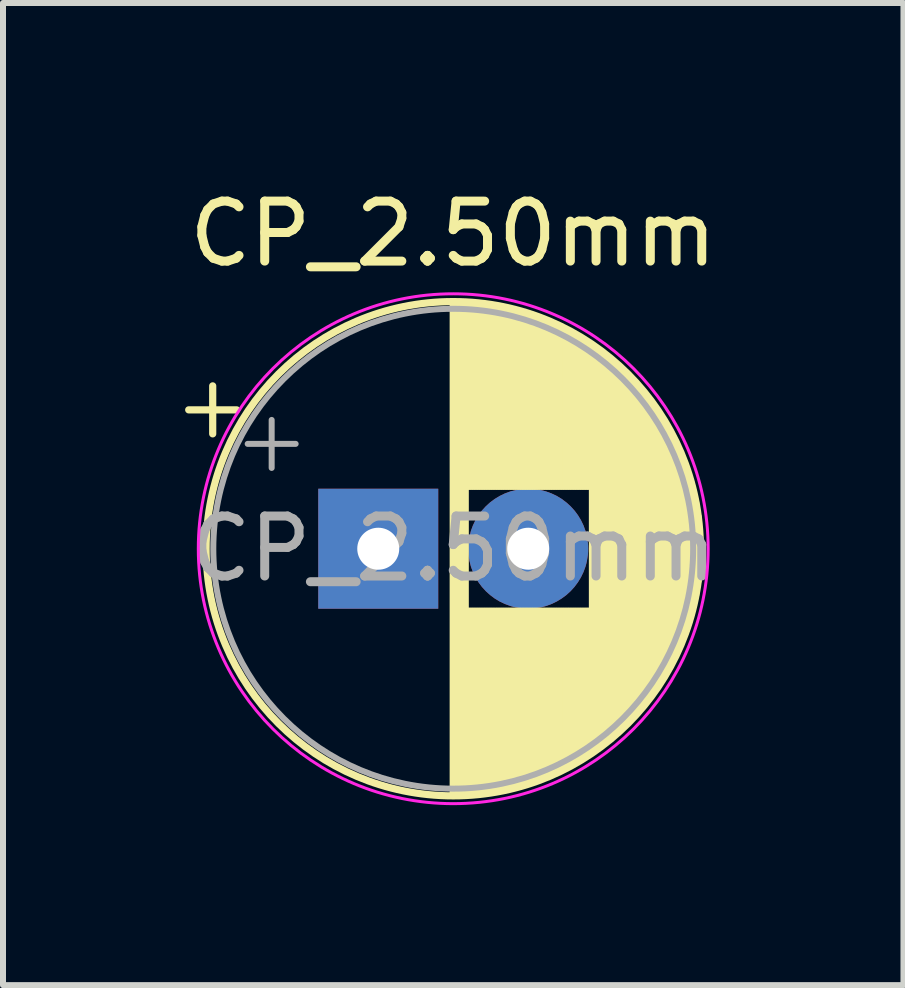
<source format=kicad_pcb>
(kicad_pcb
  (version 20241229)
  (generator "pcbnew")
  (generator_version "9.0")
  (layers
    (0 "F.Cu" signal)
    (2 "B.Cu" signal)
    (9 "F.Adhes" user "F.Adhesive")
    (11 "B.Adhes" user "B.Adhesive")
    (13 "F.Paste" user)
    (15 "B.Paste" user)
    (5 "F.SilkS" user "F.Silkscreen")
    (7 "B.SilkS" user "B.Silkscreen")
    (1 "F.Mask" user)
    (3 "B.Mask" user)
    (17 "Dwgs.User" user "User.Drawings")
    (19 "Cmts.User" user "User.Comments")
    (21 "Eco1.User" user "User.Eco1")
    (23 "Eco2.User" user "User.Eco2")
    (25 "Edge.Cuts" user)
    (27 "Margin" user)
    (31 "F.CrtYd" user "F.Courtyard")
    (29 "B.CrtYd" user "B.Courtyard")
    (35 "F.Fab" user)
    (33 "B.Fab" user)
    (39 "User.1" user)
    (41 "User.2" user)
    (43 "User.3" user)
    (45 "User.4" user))
  (footprint "CP_2.50mm"
    (layer "F.Cu")
    (at 3.256 6.098)
    (property "Reference" "CP_2.50mm" (at 1.25 -5.25 0) (layer "F.SilkS") (effects (font (size 1 1) (thickness 0.15))))
    (attr through_hole)
    (fp_line (start -3.16 -2.315) (end -2.36 -2.315) (stroke (width 0.12) (type solid)) (layer "F.SilkS"))
    (fp_line (start -2.76 -2.715) (end -2.76 -1.915) (stroke (width 0.12) (type solid)) (layer "F.SilkS"))
    (fp_line (start 1.25 -4.08) (end 1.25 4.08) (stroke (width 0.12) (type solid)) (layer "F.SilkS"))
    (fp_line (start 1.29 -4.08) (end 1.29 4.08) (stroke (width 0.12) (type solid)) (layer "F.SilkS"))
    (fp_line (start 1.33 -4.08) (end 1.33 4.08) (stroke (width 0.12) (type solid)) (layer "F.SilkS"))
    (fp_line (start 1.37 -4.079) (end 1.37 4.079) (stroke (width 0.12) (type solid)) (layer "F.SilkS"))
    (fp_line (start 1.41 -4.077) (end 1.41 4.077) (stroke (width 0.12) (type solid)) (layer "F.SilkS"))
    (fp_line (start 1.45 -4.076) (end 1.45 4.076) (stroke (width 0.12) (type solid)) (layer "F.SilkS"))
    (fp_line (start 1.49 -4.074) (end 1.49 -1.04) (stroke (width 0.12) (type solid)) (layer "F.SilkS"))
    (fp_line (start 1.49 1.04) (end 1.49 4.074) (stroke (width 0.12) (type solid)) (layer "F.SilkS"))
    (fp_line (start 1.53 -4.071) (end 1.53 -1.04) (stroke (width 0.12) (type solid)) (layer "F.SilkS"))
    (fp_line (start 1.53 1.04) (end 1.53 4.071) (stroke (width 0.12) (type solid)) (layer "F.SilkS"))
    (fp_line (start 1.57 -4.068) (end 1.57 -1.04) (stroke (width 0.12) (type solid)) (layer "F.SilkS"))
    (fp_line (start 1.57 1.04) (end 1.57 4.068) (stroke (width 0.12) (type solid)) (layer "F.SilkS"))
    (fp_line (start 1.61 -4.065) (end 1.61 -1.04) (stroke (width 0.12) (type solid)) (layer "F.SilkS"))
    (fp_line (start 1.61 1.04) (end 1.61 4.065) (stroke (width 0.12) (type solid)) (layer "F.SilkS"))
    (fp_line (start 1.65 -4.061) (end 1.65 -1.04) (stroke (width 0.12) (type solid)) (layer "F.SilkS"))
    (fp_line (start 1.65 1.04) (end 1.65 4.061) (stroke (width 0.12) (type solid)) (layer "F.SilkS"))
    (fp_line (start 1.69 -4.057) (end 1.69 -1.04) (stroke (width 0.12) (type solid)) (layer "F.SilkS"))
    (fp_line (start 1.69 1.04) (end 1.69 4.057) (stroke (width 0.12) (type solid)) (layer "F.SilkS"))
    (fp_line (start 1.73 -4.052) (end 1.73 -1.04) (stroke (width 0.12) (type solid)) (layer "F.SilkS"))
    (fp_line (start 1.73 1.04) (end 1.73 4.052) (stroke (width 0.12) (type solid)) (layer "F.SilkS"))
    (fp_line (start 1.77 -4.048) (end 1.77 -1.04) (stroke (width 0.12) (type solid)) (layer "F.SilkS"))
    (fp_line (start 1.77 1.04) (end 1.77 4.048) (stroke (width 0.12) (type solid)) (layer "F.SilkS"))
    (fp_line (start 1.81 -4.042) (end 1.81 -1.04) (stroke (width 0.12) (type solid)) (layer "F.SilkS"))
    (fp_line (start 1.81 1.04) (end 1.81 4.042) (stroke (width 0.12) (type solid)) (layer "F.SilkS"))
    (fp_line (start 1.85 -4.037) (end 1.85 -1.04) (stroke (width 0.12) (type solid)) (layer "F.SilkS"))
    (fp_line (start 1.85 1.04) (end 1.85 4.037) (stroke (width 0.12) (type solid)) (layer "F.SilkS"))
    (fp_line (start 1.89 -4.03) (end 1.89 -1.04) (stroke (width 0.12) (type solid)) (layer "F.SilkS"))
    (fp_line (start 1.89 1.04) (end 1.89 4.03) (stroke (width 0.12) (type solid)) (layer "F.SilkS"))
    (fp_line (start 1.93 -4.024) (end 1.93 -1.04) (stroke (width 0.12) (type solid)) (layer "F.SilkS"))
    (fp_line (start 1.93 1.04) (end 1.93 4.024) (stroke (width 0.12) (type solid)) (layer "F.SilkS"))
    (fp_line (start 1.971 -4.017) (end 1.971 -1.04) (stroke (width 0.12) (type solid)) (layer "F.SilkS"))
    (fp_line (start 1.971 1.04) (end 1.971 4.017) (stroke (width 0.12) (type solid)) (layer "F.SilkS"))
    (fp_line (start 2.011 -4.01) (end 2.011 -1.04) (stroke (width 0.12) (type solid)) (layer "F.SilkS"))
    (fp_line (start 2.011 1.04) (end 2.011 4.01) (stroke (width 0.12) (type solid)) (layer "F.SilkS"))
    (fp_line (start 2.051 -4.002) (end 2.051 -1.04) (stroke (width 0.12) (type solid)) (layer "F.SilkS"))
    (fp_line (start 2.051 1.04) (end 2.051 4.002) (stroke (width 0.12) (type solid)) (layer "F.SilkS"))
    (fp_line (start 2.091 -3.994) (end 2.091 -1.04) (stroke (width 0.12) (type solid)) (layer "F.SilkS"))
    (fp_line (start 2.091 1.04) (end 2.091 3.994) (stroke (width 0.12) (type solid)) (layer "F.SilkS"))
    (fp_line (start 2.131 -3.985) (end 2.131 -1.04) (stroke (width 0.12) (type solid)) (layer "F.SilkS"))
    (fp_line (start 2.131 1.04) (end 2.131 3.985) (stroke (width 0.12) (type solid)) (layer "F.SilkS"))
    (fp_line (start 2.171 -3.976) (end 2.171 -1.04) (stroke (width 0.12) (type solid)) (layer "F.SilkS"))
    (fp_line (start 2.171 1.04) (end 2.171 3.976) (stroke (width 0.12) (type solid)) (layer "F.SilkS"))
    (fp_line (start 2.211 -3.967) (end 2.211 -1.04) (stroke (width 0.12) (type solid)) (layer "F.SilkS"))
    (fp_line (start 2.211 1.04) (end 2.211 3.967) (stroke (width 0.12) (type solid)) (layer "F.SilkS"))
    (fp_line (start 2.251 -3.957) (end 2.251 -1.04) (stroke (width 0.12) (type solid)) (layer "F.SilkS"))
    (fp_line (start 2.251 1.04) (end 2.251 3.957) (stroke (width 0.12) (type solid)) (layer "F.SilkS"))
    (fp_line (start 2.291 -3.947) (end 2.291 -1.04) (stroke (width 0.12) (type solid)) (layer "F.SilkS"))
    (fp_line (start 2.291 1.04) (end 2.291 3.947) (stroke (width 0.12) (type solid)) (layer "F.SilkS"))
    (fp_line (start 2.331 -3.936) (end 2.331 -1.04) (stroke (width 0.12) (type solid)) (layer "F.SilkS"))
    (fp_line (start 2.331 1.04) (end 2.331 3.936) (stroke (width 0.12) (type solid)) (layer "F.SilkS"))
    (fp_line (start 2.371 -3.925) (end 2.371 -1.04) (stroke (width 0.12) (type solid)) (layer "F.SilkS"))
    (fp_line (start 2.371 1.04) (end 2.371 3.925) (stroke (width 0.12) (type solid)) (layer "F.SilkS"))
    (fp_line (start 2.411 -3.914) (end 2.411 -1.04) (stroke (width 0.12) (type solid)) (layer "F.SilkS"))
    (fp_line (start 2.411 1.04) (end 2.411 3.914) (stroke (width 0.12) (type solid)) (layer "F.SilkS"))
    (fp_line (start 2.451 -3.902) (end 2.451 -1.04) (stroke (width 0.12) (type solid)) (layer "F.SilkS"))
    (fp_line (start 2.451 1.04) (end 2.451 3.902) (stroke (width 0.12) (type solid)) (layer "F.SilkS"))
    (fp_line (start 2.491 -3.889) (end 2.491 -1.04) (stroke (width 0.12) (type solid)) (layer "F.SilkS"))
    (fp_line (start 2.491 1.04) (end 2.491 3.889) (stroke (width 0.12) (type solid)) (layer "F.SilkS"))
    (fp_line (start 2.531 -3.877) (end 2.531 -1.04) (stroke (width 0.12) (type solid)) (layer "F.SilkS"))
    (fp_line (start 2.531 1.04) (end 2.531 3.877) (stroke (width 0.12) (type solid)) (layer "F.SilkS"))
    (fp_line (start 2.571 -3.863) (end 2.571 -1.04) (stroke (width 0.12) (type solid)) (layer "F.SilkS"))
    (fp_line (start 2.571 1.04) (end 2.571 3.863) (stroke (width 0.12) (type solid)) (layer "F.SilkS"))
    (fp_line (start 2.611 -3.85) (end 2.611 -1.04) (stroke (width 0.12) (type solid)) (layer "F.SilkS"))
    (fp_line (start 2.611 1.04) (end 2.611 3.85) (stroke (width 0.12) (type solid)) (layer "F.SilkS"))
    (fp_line (start 2.651 -3.835) (end 2.651 -1.04) (stroke (width 0.12) (type solid)) (layer "F.SilkS"))
    (fp_line (start 2.651 1.04) (end 2.651 3.835) (stroke (width 0.12) (type solid)) (layer "F.SilkS"))
    (fp_line (start 2.691 -3.821) (end 2.691 -1.04) (stroke (width 0.12) (type solid)) (layer "F.SilkS"))
    (fp_line (start 2.691 1.04) (end 2.691 3.821) (stroke (width 0.12) (type solid)) (layer "F.SilkS"))
    (fp_line (start 2.731 -3.805) (end 2.731 -1.04) (stroke (width 0.12) (type solid)) (layer "F.SilkS"))
    (fp_line (start 2.731 1.04) (end 2.731 3.805) (stroke (width 0.12) (type solid)) (layer "F.SilkS"))
    (fp_line (start 2.771 -3.79) (end 2.771 -1.04) (stroke (width 0.12) (type solid)) (layer "F.SilkS"))
    (fp_line (start 2.771 1.04) (end 2.771 3.79) (stroke (width 0.12) (type solid)) (layer "F.SilkS"))
    (fp_line (start 2.811 -3.774) (end 2.811 -1.04) (stroke (width 0.12) (type solid)) (layer "F.SilkS"))
    (fp_line (start 2.811 1.04) (end 2.811 3.774) (stroke (width 0.12) (type solid)) (layer "F.SilkS"))
    (fp_line (start 2.851 -3.757) (end 2.851 -1.04) (stroke (width 0.12) (type solid)) (layer "F.SilkS"))
    (fp_line (start 2.851 1.04) (end 2.851 3.757) (stroke (width 0.12) (type solid)) (layer "F.SilkS"))
    (fp_line (start 2.891 -3.74) (end 2.891 -1.04) (stroke (width 0.12) (type solid)) (layer "F.SilkS"))
    (fp_line (start 2.891 1.04) (end 2.891 3.74) (stroke (width 0.12) (type solid)) (layer "F.SilkS"))
    (fp_line (start 2.931 -3.722) (end 2.931 -1.04) (stroke (width 0.12) (type solid)) (layer "F.SilkS"))
    (fp_line (start 2.931 1.04) (end 2.931 3.722) (stroke (width 0.12) (type solid)) (layer "F.SilkS"))
    (fp_line (start 2.971 -3.704) (end 2.971 -1.04) (stroke (width 0.12) (type solid)) (layer "F.SilkS"))
    (fp_line (start 2.971 1.04) (end 2.971 3.704) (stroke (width 0.12) (type solid)) (layer "F.SilkS"))
    (fp_line (start 3.011 -3.686) (end 3.011 -1.04) (stroke (width 0.12) (type solid)) (layer "F.SilkS"))
    (fp_line (start 3.011 1.04) (end 3.011 3.686) (stroke (width 0.12) (type solid)) (layer "F.SilkS"))
    (fp_line (start 3.051 -3.666) (end 3.051 -1.04) (stroke (width 0.12) (type solid)) (layer "F.SilkS"))
    (fp_line (start 3.051 1.04) (end 3.051 3.666) (stroke (width 0.12) (type solid)) (layer "F.SilkS"))
    (fp_line (start 3.091 -3.647) (end 3.091 -1.04) (stroke (width 0.12) (type solid)) (layer "F.SilkS"))
    (fp_line (start 3.091 1.04) (end 3.091 3.647) (stroke (width 0.12) (type solid)) (layer "F.SilkS"))
    (fp_line (start 3.131 -3.627) (end 3.131 -1.04) (stroke (width 0.12) (type solid)) (layer "F.SilkS"))
    (fp_line (start 3.131 1.04) (end 3.131 3.627) (stroke (width 0.12) (type solid)) (layer "F.SilkS"))
    (fp_line (start 3.171 -3.606) (end 3.171 -1.04) (stroke (width 0.12) (type solid)) (layer "F.SilkS"))
    (fp_line (start 3.171 1.04) (end 3.171 3.606) (stroke (width 0.12) (type solid)) (layer "F.SilkS"))
    (fp_line (start 3.211 -3.584) (end 3.211 -1.04) (stroke (width 0.12) (type solid)) (layer "F.SilkS"))
    (fp_line (start 3.211 1.04) (end 3.211 3.584) (stroke (width 0.12) (type solid)) (layer "F.SilkS"))
    (fp_line (start 3.251 -3.562) (end 3.251 -1.04) (stroke (width 0.12) (type solid)) (layer "F.SilkS"))
    (fp_line (start 3.251 1.04) (end 3.251 3.562) (stroke (width 0.12) (type solid)) (layer "F.SilkS"))
    (fp_line (start 3.291 -3.54) (end 3.291 -1.04) (stroke (width 0.12) (type solid)) (layer "F.SilkS"))
    (fp_line (start 3.291 1.04) (end 3.291 3.54) (stroke (width 0.12) (type solid)) (layer "F.SilkS"))
    (fp_line (start 3.331 -3.517) (end 3.331 -1.04) (stroke (width 0.12) (type solid)) (layer "F.SilkS"))
    (fp_line (start 3.331 1.04) (end 3.331 3.517) (stroke (width 0.12) (type solid)) (layer "F.SilkS"))
    (fp_line (start 3.371 -3.493) (end 3.371 -1.04) (stroke (width 0.12) (type solid)) (layer "F.SilkS"))
    (fp_line (start 3.371 1.04) (end 3.371 3.493) (stroke (width 0.12) (type solid)) (layer "F.SilkS"))
    (fp_line (start 3.411 -3.469) (end 3.411 -1.04) (stroke (width 0.12) (type solid)) (layer "F.SilkS"))
    (fp_line (start 3.411 1.04) (end 3.411 3.469) (stroke (width 0.12) (type solid)) (layer "F.SilkS"))
    (fp_line (start 3.451 -3.444) (end 3.451 -1.04) (stroke (width 0.12) (type solid)) (layer "F.SilkS"))
    (fp_line (start 3.451 1.04) (end 3.451 3.444) (stroke (width 0.12) (type solid)) (layer "F.SilkS"))
    (fp_line (start 3.491 -3.418) (end 3.491 -1.04) (stroke (width 0.12) (type solid)) (layer "F.SilkS"))
    (fp_line (start 3.491 1.04) (end 3.491 3.418) (stroke (width 0.12) (type solid)) (layer "F.SilkS"))
    (fp_line (start 3.531 -3.392) (end 3.531 -1.04) (stroke (width 0.12) (type solid)) (layer "F.SilkS"))
    (fp_line (start 3.531 1.04) (end 3.531 3.392) (stroke (width 0.12) (type solid)) (layer "F.SilkS"))
    (fp_line (start 3.571 -3.365) (end 3.571 3.365) (stroke (width 0.12) (type solid)) (layer "F.SilkS"))
    (fp_line (start 3.611 -3.338) (end 3.611 3.338) (stroke (width 0.12) (type solid)) (layer "F.SilkS"))
    (fp_line (start 3.651 -3.309) (end 3.651 3.309) (stroke (width 0.12) (type solid)) (layer "F.SilkS"))
    (fp_line (start 3.691 -3.28) (end 3.691 3.28) (stroke (width 0.12) (type solid)) (layer "F.SilkS"))
    (fp_line (start 3.731 -3.25) (end 3.731 3.25) (stroke (width 0.12) (type solid)) (layer "F.SilkS"))
    (fp_line (start 3.771 -3.22) (end 3.771 3.22) (stroke (width 0.12) (type solid)) (layer "F.SilkS"))
    (fp_line (start 3.811 -3.189) (end 3.811 3.189) (stroke (width 0.12) (type solid)) (layer "F.SilkS"))
    (fp_line (start 3.851 -3.156) (end 3.851 3.156) (stroke (width 0.12) (type solid)) (layer "F.SilkS"))
    (fp_line (start 3.891 -3.124) (end 3.891 3.124) (stroke (width 0.12) (type solid)) (layer "F.SilkS"))
    (fp_line (start 3.931 -3.09) (end 3.931 3.09) (stroke (width 0.12) (type solid)) (layer "F.SilkS"))
    (fp_line (start 3.971 -3.055) (end 3.971 3.055) (stroke (width 0.12) (type solid)) (layer "F.SilkS"))
    (fp_line (start 4.011 -3.019) (end 4.011 3.019) (stroke (width 0.12) (type solid)) (layer "F.SilkS"))
    (fp_line (start 4.051 -2.983) (end 4.051 2.983) (stroke (width 0.12) (type solid)) (layer "F.SilkS"))
    (fp_line (start 4.091 -2.945) (end 4.091 2.945) (stroke (width 0.12) (type solid)) (layer "F.SilkS"))
    (fp_line (start 4.131 -2.907) (end 4.131 2.907) (stroke (width 0.12) (type solid)) (layer "F.SilkS"))
    (fp_line (start 4.171 -2.867) (end 4.171 2.867) (stroke (width 0.12) (type solid)) (layer "F.SilkS"))
    (fp_line (start 4.211 -2.826) (end 4.211 2.826) (stroke (width 0.12) (type solid)) (layer "F.SilkS"))
    (fp_line (start 4.251 -2.784) (end 4.251 2.784) (stroke (width 0.12) (type solid)) (layer "F.SilkS"))
    (fp_line (start 4.291 -2.741) (end 4.291 2.741) (stroke (width 0.12) (type solid)) (layer "F.SilkS"))
    (fp_line (start 4.331 -2.697) (end 4.331 2.697) (stroke (width 0.12) (type solid)) (layer "F.SilkS"))
    (fp_line (start 4.371 -2.651) (end 4.371 2.651) (stroke (width 0.12) (type solid)) (layer "F.SilkS"))
    (fp_line (start 4.411 -2.604) (end 4.411 2.604) (stroke (width 0.12) (type solid)) (layer "F.SilkS"))
    (fp_line (start 4.451 -2.556) (end 4.451 2.556) (stroke (width 0.12) (type solid)) (layer "F.SilkS"))
    (fp_line (start 4.491 -2.505) (end 4.491 2.505) (stroke (width 0.12) (type solid)) (layer "F.SilkS"))
    (fp_line (start 4.531 -2.454) (end 4.531 2.454) (stroke (width 0.12) (type solid)) (layer "F.SilkS"))
    (fp_line (start 4.571 -2.4) (end 4.571 2.4) (stroke (width 0.12) (type solid)) (layer "F.SilkS"))
    (fp_line (start 4.611 -2.345) (end 4.611 2.345) (stroke (width 0.12) (type solid)) (layer "F.SilkS"))
    (fp_line (start 4.651 -2.287) (end 4.651 2.287) (stroke (width 0.12) (type solid)) (layer "F.SilkS"))
    (fp_line (start 4.691 -2.228) (end 4.691 2.228) (stroke (width 0.12) (type solid)) (layer "F.SilkS"))
    (fp_line (start 4.731 -2.166) (end 4.731 2.166) (stroke (width 0.12) (type solid)) (layer "F.SilkS"))
    (fp_line (start 4.771 -2.102) (end 4.771 2.102) (stroke (width 0.12) (type solid)) (layer "F.SilkS"))
    (fp_line (start 4.811 -2.034) (end 4.811 2.034) (stroke (width 0.12) (type solid)) (layer "F.SilkS"))
    (fp_line (start 4.851 -1.964) (end 4.851 1.964) (stroke (width 0.12) (type solid)) (layer "F.SilkS"))
    (fp_line (start 4.891 -1.89) (end 4.891 1.89) (stroke (width 0.12) (type solid)) (layer "F.SilkS"))
    (fp_line (start 4.931 -1.813) (end 4.931 1.813) (stroke (width 0.12) (type solid)) (layer "F.SilkS"))
    (fp_line (start 4.971 -1.731) (end 4.971 1.731) (stroke (width 0.12) (type solid)) (layer "F.SilkS"))
    (fp_line (start 5.011 -1.645) (end 5.011 1.645) (stroke (width 0.12) (type solid)) (layer "F.SilkS"))
    (fp_line (start 5.051 -1.552) (end 5.051 1.552) (stroke (width 0.12) (type solid)) (layer "F.SilkS"))
    (fp_line (start 5.091 -1.453) (end 5.091 1.453) (stroke (width 0.12) (type solid)) (layer "F.SilkS"))
    (fp_line (start 5.131 -1.346) (end 5.131 1.346) (stroke (width 0.12) (type solid)) (layer "F.SilkS"))
    (fp_line (start 5.171 -1.229) (end 5.171 1.229) (stroke (width 0.12) (type solid)) (layer "F.SilkS"))
    (fp_line (start 5.211 -1.098) (end 5.211 1.098) (stroke (width 0.12) (type solid)) (layer "F.SilkS"))
    (fp_line (start 5.251 -0.948) (end 5.251 0.948) (stroke (width 0.12) (type solid)) (layer "F.SilkS"))
    (fp_line (start 5.291 -0.768) (end 5.291 0.768) (stroke (width 0.12) (type solid)) (layer "F.SilkS"))
    (fp_line (start 5.331 -0.533) (end 5.331 0.533) (stroke (width 0.12) (type solid)) (layer "F.SilkS"))
    (fp_circle (center 1.25 0) (end 5.37 0) (stroke (width 0.12) (type solid)) (fill no) (layer "F.SilkS"))
    (fp_circle (center 1.25 0) (end 5.5 0) (stroke (width 0.05) (type solid)) (fill no) (layer "F.CrtYd"))
    (fp_line (start -2.177 -1.748) (end -1.377 -1.748) (stroke (width 0.1) (type solid)) (layer "F.Fab"))
    (fp_line (start -1.777 -2.147) (end -1.777 -1.347) (stroke (width 0.1) (type solid)) (layer "F.Fab"))
    (fp_circle (center 1.25 0) (end 5.25 0) (stroke (width 0.1) (type solid)) (fill no) (layer "F.Fab"))
    (fp_text user "${REFERENCE}" (at 1.25 0 0) (layer "F.Fab") (effects (font (size 1 1) (thickness 0.15))))
    (pad "1" thru_hole rect (at 0 0) (size 2 2) (drill 0.7) (layers "*.Cu" "*.Mask"))
    (pad "2" thru_hole circle (at 2.5 0) (size 2 2) (drill 0.7) (layers "*.Cu" "*.Mask")))
  (gr_rect
    (start -3 -3)
    (end 12.012 13.373)
    (stroke (width 0.1) (type default))
    (fill no)
    (layer "Edge.Cuts")))
</source>
